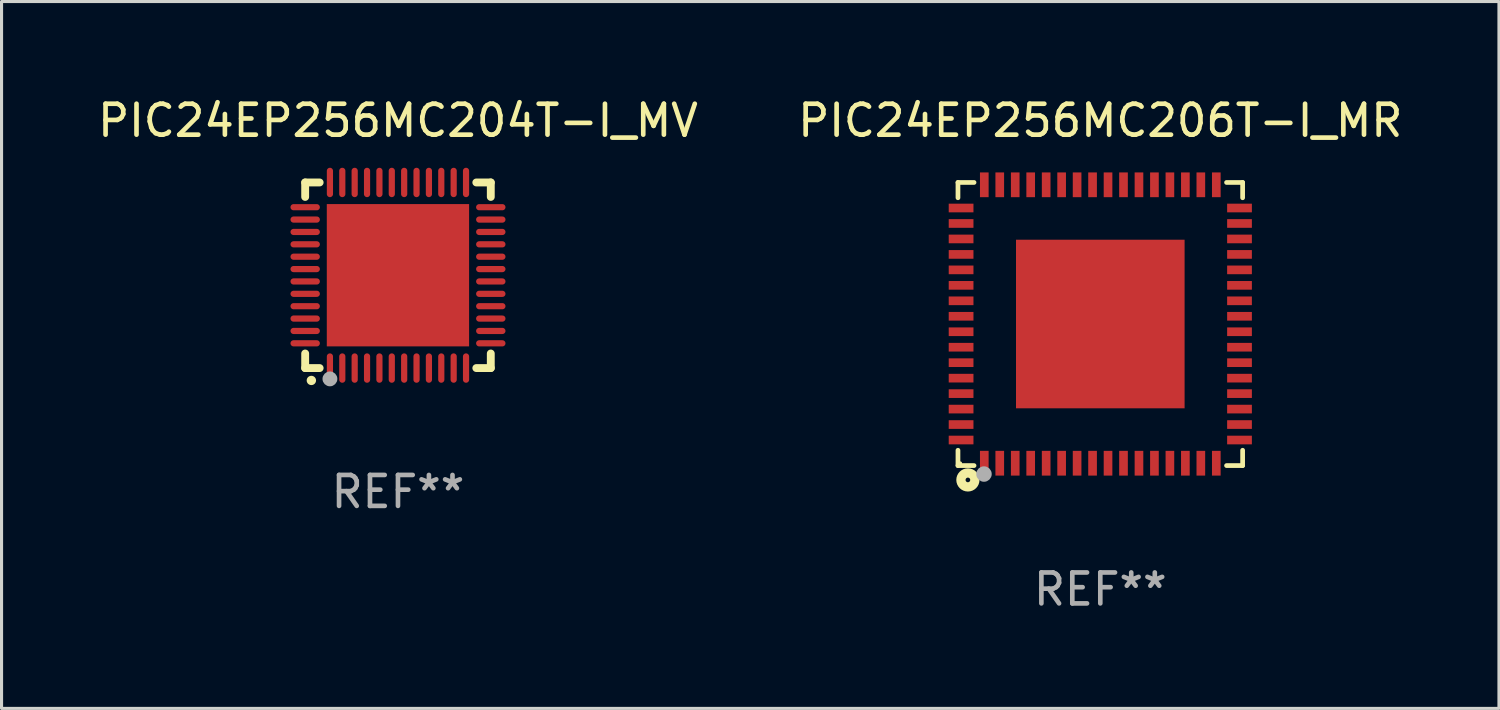
<source format=kicad_pcb>
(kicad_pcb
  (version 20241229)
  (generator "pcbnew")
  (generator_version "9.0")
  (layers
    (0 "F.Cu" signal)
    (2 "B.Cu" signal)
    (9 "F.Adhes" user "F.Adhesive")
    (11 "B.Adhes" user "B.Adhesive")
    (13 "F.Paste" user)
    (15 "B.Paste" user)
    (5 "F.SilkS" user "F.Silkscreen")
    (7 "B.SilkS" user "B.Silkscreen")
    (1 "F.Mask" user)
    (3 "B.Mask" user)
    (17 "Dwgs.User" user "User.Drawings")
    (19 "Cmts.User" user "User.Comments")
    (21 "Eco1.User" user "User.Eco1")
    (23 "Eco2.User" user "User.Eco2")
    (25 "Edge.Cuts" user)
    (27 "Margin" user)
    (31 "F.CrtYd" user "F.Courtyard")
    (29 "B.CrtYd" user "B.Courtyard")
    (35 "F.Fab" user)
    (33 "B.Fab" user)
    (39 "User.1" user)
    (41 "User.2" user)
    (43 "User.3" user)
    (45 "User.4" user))
  (footprint "PIC24EP256MC206T-I_MR"
    (layer "F.Cu")
    (at 32.518 7.424)
    (property "Reference" "PIC24EP256MC206T-I_MR" (at 0 -6.576 0) (layer "F.SilkS") (effects (font (size 1 1) (thickness 0.15))))
    (attr through_hole)
    (fp_line (start -4.601 -4.576) (end -4.081 -4.576) (stroke (width 0.152) (type solid)) (layer "F.SilkS"))
    (fp_line (start -4.601 -4.081) (end -4.601 -4.576) (stroke (width 0.152) (type solid)) (layer "F.SilkS"))
    (fp_line (start -4.601 4.081) (end -4.601 4.576) (stroke (width 0.152) (type solid)) (layer "F.SilkS"))
    (fp_line (start -4.601 4.576) (end -4.081 4.576) (stroke (width 0.152) (type solid)) (layer "F.SilkS"))
    (fp_line (start 4.601 -4.576) (end 4.081 -4.576) (stroke (width 0.152) (type solid)) (layer "F.SilkS"))
    (fp_line (start 4.601 -4.081) (end 4.601 -4.576) (stroke (width 0.152) (type solid)) (layer "F.SilkS"))
    (fp_line (start 4.601 4.081) (end 4.601 4.576) (stroke (width 0.152) (type solid)) (layer "F.SilkS"))
    (fp_line (start 4.601 4.576) (end 4.081 4.576) (stroke (width 0.152) (type solid)) (layer "F.SilkS"))
    (fp_circle (center -4.525 4.5) (end -4.495 4.5) (stroke (width 0.06) (type solid)) (fill no) (layer "F.SilkS"))
    (fp_circle (center -4.28 5.04) (end -4.205 5.04) (stroke (width 0.3) (type solid)) (fill no) (layer "F.SilkS"))
    (fp_circle (center -3.76 4.85) (end -3.635 4.85) (stroke (width 0.25) (type solid)) (fill no) (layer "F.Fab"))
    (fp_text user "REF**" (at 0 8.576 0) (layer "F.Fab") (effects (font (size 1 1) (thickness 0.15))))
    (pad "1" smd rect (at -3.75 4.5) (size 0.28 0.8) (layers "F.Cu" "F.Mask" "F.Paste"))
    (pad "2" smd rect (at -3.25 4.5) (size 0.28 0.8) (layers "F.Cu" "F.Mask" "F.Paste"))
    (pad "3" smd rect (at -2.75 4.5) (size 0.28 0.8) (layers "F.Cu" "F.Mask" "F.Paste"))
    (pad "4" smd rect (at -2.25 4.5) (size 0.28 0.8) (layers "F.Cu" "F.Mask" "F.Paste"))
    (pad "5" smd rect (at -1.75 4.5) (size 0.28 0.8) (layers "F.Cu" "F.Mask" "F.Paste"))
    (pad "6" smd rect (at -1.25 4.5) (size 0.28 0.8) (layers "F.Cu" "F.Mask" "F.Paste"))
    (pad "7" smd rect (at -0.75 4.5) (size 0.28 0.8) (layers "F.Cu" "F.Mask" "F.Paste"))
    (pad "8" smd rect (at -0.25 4.5) (size 0.28 0.8) (layers "F.Cu" "F.Mask" "F.Paste"))
    (pad "9" smd rect (at 0.25 4.5) (size 0.28 0.8) (layers "F.Cu" "F.Mask" "F.Paste"))
    (pad "10" smd rect (at 0.75 4.5) (size 0.28 0.8) (layers "F.Cu" "F.Mask" "F.Paste"))
    (pad "11" smd rect (at 1.25 4.5) (size 0.28 0.8) (layers "F.Cu" "F.Mask" "F.Paste"))
    (pad "12" smd rect (at 1.75 4.5) (size 0.28 0.8) (layers "F.Cu" "F.Mask" "F.Paste"))
    (pad "13" smd rect (at 2.25 4.5) (size 0.28 0.8) (layers "F.Cu" "F.Mask" "F.Paste"))
    (pad "14" smd rect (at 2.75 4.5) (size 0.28 0.8) (layers "F.Cu" "F.Mask" "F.Paste"))
    (pad "15" smd rect (at 3.25 4.5) (size 0.28 0.8) (layers "F.Cu" "F.Mask" "F.Paste"))
    (pad "16" smd rect (at 3.75 4.5) (size 0.28 0.8) (layers "F.Cu" "F.Mask" "F.Paste"))
    (pad "17" smd rect (at 4.5 3.75) (size 0.8 0.28) (layers "F.Cu" "F.Mask" "F.Paste"))
    (pad "18" smd rect (at 4.5 3.25) (size 0.8 0.28) (layers "F.Cu" "F.Mask" "F.Paste"))
    (pad "19" smd rect (at 4.5 2.75) (size 0.8 0.28) (layers "F.Cu" "F.Mask" "F.Paste"))
    (pad "20" smd rect (at 4.5 2.25) (size 0.8 0.28) (layers "F.Cu" "F.Mask" "F.Paste"))
    (pad "21" smd rect (at 4.5 1.75) (size 0.8 0.28) (layers "F.Cu" "F.Mask" "F.Paste"))
    (pad "22" smd rect (at 4.5 1.25) (size 0.8 0.28) (layers "F.Cu" "F.Mask" "F.Paste"))
    (pad "23" smd rect (at 4.5 0.75) (size 0.8 0.28) (layers "F.Cu" "F.Mask" "F.Paste"))
    (pad "24" smd rect (at 4.5 0.25) (size 0.8 0.28) (layers "F.Cu" "F.Mask" "F.Paste"))
    (pad "25" smd rect (at 4.5 -0.25) (size 0.8 0.28) (layers "F.Cu" "F.Mask" "F.Paste"))
    (pad "26" smd rect (at 4.5 -0.75) (size 0.8 0.28) (layers "F.Cu" "F.Mask" "F.Paste"))
    (pad "27" smd rect (at 4.5 -1.25) (size 0.8 0.28) (layers "F.Cu" "F.Mask" "F.Paste"))
    (pad "28" smd rect (at 4.5 -1.75) (size 0.8 0.28) (layers "F.Cu" "F.Mask" "F.Paste"))
    (pad "29" smd rect (at 4.5 -2.25) (size 0.8 0.28) (layers "F.Cu" "F.Mask" "F.Paste"))
    (pad "30" smd rect (at 4.5 -2.75) (size 0.8 0.28) (layers "F.Cu" "F.Mask" "F.Paste"))
    (pad "31" smd rect (at 4.5 -3.25) (size 0.8 0.28) (layers "F.Cu" "F.Mask" "F.Paste"))
    (pad "32" smd rect (at 4.5 -3.75) (size 0.8 0.28) (layers "F.Cu" "F.Mask" "F.Paste"))
    (pad "33" smd rect (at 3.75 -4.5) (size 0.28 0.8) (layers "F.Cu" "F.Mask" "F.Paste"))
    (pad "34" smd rect (at 3.25 -4.5) (size 0.28 0.8) (layers "F.Cu" "F.Mask" "F.Paste"))
    (pad "35" smd rect (at 2.75 -4.5) (size 0.28 0.8) (layers "F.Cu" "F.Mask" "F.Paste"))
    (pad "36" smd rect (at 2.25 -4.5) (size 0.28 0.8) (layers "F.Cu" "F.Mask" "F.Paste"))
    (pad "37" smd rect (at 1.75 -4.5) (size 0.28 0.8) (layers "F.Cu" "F.Mask" "F.Paste"))
    (pad "38" smd rect (at 1.25 -4.5) (size 0.28 0.8) (layers "F.Cu" "F.Mask" "F.Paste"))
    (pad "39" smd rect (at 0.75 -4.5) (size 0.28 0.8) (layers "F.Cu" "F.Mask" "F.Paste"))
    (pad "40" smd rect (at 0.25 -4.5) (size 0.28 0.8) (layers "F.Cu" "F.Mask" "F.Paste"))
    (pad "41" smd rect (at -0.25 -4.5) (size 0.28 0.8) (layers "F.Cu" "F.Mask" "F.Paste"))
    (pad "42" smd rect (at -0.75 -4.5) (size 0.28 0.8) (layers "F.Cu" "F.Mask" "F.Paste"))
    (pad "43" smd rect (at -1.25 -4.5) (size 0.28 0.8) (layers "F.Cu" "F.Mask" "F.Paste"))
    (pad "44" smd rect (at -1.75 -4.5) (size 0.28 0.8) (layers "F.Cu" "F.Mask" "F.Paste"))
    (pad "45" smd rect (at -2.25 -4.5) (size 0.28 0.8) (layers "F.Cu" "F.Mask" "F.Paste"))
    (pad "46" smd rect (at -2.75 -4.5) (size 0.28 0.8) (layers "F.Cu" "F.Mask" "F.Paste"))
    (pad "47" smd rect (at -3.25 -4.5) (size 0.28 0.8) (layers "F.Cu" "F.Mask" "F.Paste"))
    (pad "48" smd rect (at -3.75 -4.5) (size 0.28 0.8) (layers "F.Cu" "F.Mask" "F.Paste"))
    (pad "49" smd rect (at -4.5 -3.75) (size 0.8 0.28) (layers "F.Cu" "F.Mask" "F.Paste"))
    (pad "50" smd rect (at -4.5 -3.25) (size 0.8 0.28) (layers "F.Cu" "F.Mask" "F.Paste"))
    (pad "51" smd rect (at -4.5 -2.75) (size 0.8 0.28) (layers "F.Cu" "F.Mask" "F.Paste"))
    (pad "52" smd rect (at -4.5 -2.25) (size 0.8 0.28) (layers "F.Cu" "F.Mask" "F.Paste"))
    (pad "53" smd rect (at -4.5 -1.75) (size 0.8 0.28) (layers "F.Cu" "F.Mask" "F.Paste"))
    (pad "54" smd rect (at -4.5 -1.25) (size 0.8 0.28) (layers "F.Cu" "F.Mask" "F.Paste"))
    (pad "55" smd rect (at -4.5 -0.75) (size 0.8 0.28) (layers "F.Cu" "F.Mask" "F.Paste"))
    (pad "56" smd rect (at -4.5 -0.25) (size 0.8 0.28) (layers "F.Cu" "F.Mask" "F.Paste"))
    (pad "57" smd rect (at -4.5 0.25) (size 0.8 0.28) (layers "F.Cu" "F.Mask" "F.Paste"))
    (pad "58" smd rect (at -4.5 0.75) (size 0.8 0.28) (layers "F.Cu" "F.Mask" "F.Paste"))
    (pad "59" smd rect (at -4.5 1.25) (size 0.8 0.28) (layers "F.Cu" "F.Mask" "F.Paste"))
    (pad "60" smd rect (at -4.5 1.75) (size 0.8 0.28) (layers "F.Cu" "F.Mask" "F.Paste"))
    (pad "61" smd rect (at -4.5 2.25) (size 0.8 0.28) (layers "F.Cu" "F.Mask" "F.Paste"))
    (pad "62" smd rect (at -4.5 2.75) (size 0.8 0.28) (layers "F.Cu" "F.Mask" "F.Paste"))
    (pad "63" smd rect (at -4.5 3.25) (size 0.8 0.28) (layers "F.Cu" "F.Mask" "F.Paste"))
    (pad "64" smd rect (at -4.5 3.75) (size 0.8 0.28) (layers "F.Cu" "F.Mask" "F.Paste"))
    (pad "65" smd rect (at 0 0) (size 5.45 5.45) (layers "F.Cu" "F.Mask" "F.Paste")))
  (footprint "PIC24EP256MC204T-I_MV"
    (layer "F.Cu")
    (at 9.815 5.848)
    (property "Reference" "PIC24EP256MC204T-I_MV" (at 0 -5 0) (layer "F.SilkS") (effects (font (size 1 1) (thickness 0.15))))
    (attr through_hole)
    (fp_line (start -3 -3) (end -2.532 -3) (stroke (width 0.254) (type solid)) (layer "F.SilkS"))
    (fp_line (start -3 -2.532) (end -3 -3) (stroke (width 0.254) (type solid)) (layer "F.SilkS"))
    (fp_line (start -3 3) (end -3 2.529) (stroke (width 0.254) (type solid)) (layer "F.SilkS"))
    (fp_line (start -2.532 3) (end -3 3) (stroke (width 0.254) (type solid)) (layer "F.SilkS"))
    (fp_line (start 2.532 -3) (end 3 -3) (stroke (width 0.254) (type solid)) (layer "F.SilkS"))
    (fp_line (start 3 -3) (end 3 -2.532) (stroke (width 0.254) (type solid)) (layer "F.SilkS"))
    (fp_line (start 3 2.529) (end 3 3) (stroke (width 0.254) (type solid)) (layer "F.SilkS"))
    (fp_line (start 3 3) (end 2.532 3) (stroke (width 0.254) (type solid)) (layer "F.SilkS"))
    (fp_arc (start -2.801295 3.400025) (mid -2.800025 3.40002) (end -2.798755 3.400025) (stroke (width 0.3) (type solid)) (layer "F.SilkS"))
    (fp_circle (center -3 3) (end -2.97 3) (stroke (width 0.06) (type solid)) (fill no) (layer "F.SilkS"))
    (fp_circle (center -2.2 3.35) (end -2.08 3.35) (stroke (width 0.24) (type solid)) (fill no) (layer "F.Fab"))
    (fp_text user "REF**" (at 0 7 0) (layer "F.Fab") (effects (font (size 1 1) (thickness 0.15))))
    (pad "1" smd oval (at -2.2 3) (size 0.2 0.95) (layers "F.Cu" "F.Mask" "F.Paste"))
    (pad "2" smd oval (at -1.8 3) (size 0.2 0.95) (layers "F.Cu" "F.Mask" "F.Paste"))
    (pad "3" smd oval (at -1.4 3) (size 0.2 0.95) (layers "F.Cu" "F.Mask" "F.Paste"))
    (pad "4" smd oval (at -1 3) (size 0.2 0.95) (layers "F.Cu" "F.Mask" "F.Paste"))
    (pad "5" smd oval (at -0.6 3) (size 0.2 0.95) (layers "F.Cu" "F.Mask" "F.Paste"))
    (pad "6" smd oval (at -0.2 3) (size 0.2 0.95) (layers "F.Cu" "F.Mask" "F.Paste"))
    (pad "7" smd oval (at 0.2 3) (size 0.2 0.95) (layers "F.Cu" "F.Mask" "F.Paste"))
    (pad "8" smd oval (at 0.6 3) (size 0.2 0.95) (layers "F.Cu" "F.Mask" "F.Paste"))
    (pad "9" smd oval (at 1 3) (size 0.2 0.95) (layers "F.Cu" "F.Mask" "F.Paste"))
    (pad "10" smd oval (at 1.4 3) (size 0.2 0.95) (layers "F.Cu" "F.Mask" "F.Paste"))
    (pad "11" smd oval (at 1.8 3) (size 0.2 0.95) (layers "F.Cu" "F.Mask" "F.Paste"))
    (pad "12" smd oval (at 2.2 3) (size 0.2 0.95) (layers "F.Cu" "F.Mask" "F.Paste"))
    (pad "13" smd oval (at 3 2.2 90) (size 0.2 0.95) (layers "F.Cu" "F.Mask" "F.Paste"))
    (pad "14" smd oval (at 3 1.8 90) (size 0.2 0.95) (layers "F.Cu" "F.Mask" "F.Paste"))
    (pad "15" smd oval (at 3 1.4 90) (size 0.2 0.95) (layers "F.Cu" "F.Mask" "F.Paste"))
    (pad "16" smd oval (at 3 1 90) (size 0.2 0.95) (layers "F.Cu" "F.Mask" "F.Paste"))
    (pad "17" smd oval (at 3 0.6 90) (size 0.2 0.95) (layers "F.Cu" "F.Mask" "F.Paste"))
    (pad "18" smd oval (at 3 0.2 90) (size 0.2 0.95) (layers "F.Cu" "F.Mask" "F.Paste"))
    (pad "19" smd oval (at 3 -0.2 90) (size 0.2 0.95) (layers "F.Cu" "F.Mask" "F.Paste"))
    (pad "20" smd oval (at 3 -0.6 90) (size 0.2 0.95) (layers "F.Cu" "F.Mask" "F.Paste"))
    (pad "21" smd oval (at 3 -1 90) (size 0.2 0.95) (layers "F.Cu" "F.Mask" "F.Paste"))
    (pad "22" smd oval (at 3 -1.4 90) (size 0.2 0.95) (layers "F.Cu" "F.Mask" "F.Paste"))
    (pad "23" smd oval (at 3 -1.8 90) (size 0.2 0.95) (layers "F.Cu" "F.Mask" "F.Paste"))
    (pad "24" smd oval (at 3 -2.2 90) (size 0.2 0.95) (layers "F.Cu" "F.Mask" "F.Paste"))
    (pad "25" smd oval (at 2.2 -3 180) (size 0.2 0.95) (layers "F.Cu" "F.Mask" "F.Paste"))
    (pad "26" smd oval (at 1.8 -3 180) (size 0.2 0.95) (layers "F.Cu" "F.Mask" "F.Paste"))
    (pad "27" smd oval (at 1.4 -3 180) (size 0.2 0.95) (layers "F.Cu" "F.Mask" "F.Paste"))
    (pad "28" smd oval (at 1 -3 180) (size 0.2 0.95) (layers "F.Cu" "F.Mask" "F.Paste"))
    (pad "29" smd oval (at 0.6 -3 180) (size 0.2 0.95) (layers "F.Cu" "F.Mask" "F.Paste"))
    (pad "30" smd oval (at 0.2 -3 180) (size 0.2 0.95) (layers "F.Cu" "F.Mask" "F.Paste"))
    (pad "31" smd oval (at -0.2 -3 180) (size 0.2 0.95) (layers "F.Cu" "F.Mask" "F.Paste"))
    (pad "32" smd oval (at -0.6 -3 180) (size 0.2 0.95) (layers "F.Cu" "F.Mask" "F.Paste"))
    (pad "33" smd oval (at -1 -3 180) (size 0.2 0.95) (layers "F.Cu" "F.Mask" "F.Paste"))
    (pad "34" smd oval (at -1.4 -3 180) (size 0.2 0.95) (layers "F.Cu" "F.Mask" "F.Paste"))
    (pad "35" smd oval (at -1.8 -3 180) (size 0.2 0.95) (layers "F.Cu" "F.Mask" "F.Paste"))
    (pad "36" smd oval (at -2.2 -3 180) (size 0.2 0.95) (layers "F.Cu" "F.Mask" "F.Paste"))
    (pad "37" smd oval (at -3 -2.2 270) (size 0.2 0.95) (layers "F.Cu" "F.Mask" "F.Paste"))
    (pad "38" smd oval (at -3 -1.8 270) (size 0.2 0.95) (layers "F.Cu" "F.Mask" "F.Paste"))
    (pad "39" smd oval (at -3 -1.4 270) (size 0.2 0.95) (layers "F.Cu" "F.Mask" "F.Paste"))
    (pad "40" smd oval (at -3 -1 270) (size 0.2 0.95) (layers "F.Cu" "F.Mask" "F.Paste"))
    (pad "41" smd oval (at -3 -0.6 270) (size 0.2 0.95) (layers "F.Cu" "F.Mask" "F.Paste"))
    (pad "42" smd oval (at -3 -0.2 270) (size 0.2 0.95) (layers "F.Cu" "F.Mask" "F.Paste"))
    (pad "43" smd oval (at -3 0.2 270) (size 0.2 0.95) (layers "F.Cu" "F.Mask" "F.Paste"))
    (pad "44" smd oval (at -3 0.6 270) (size 0.2 0.95) (layers "F.Cu" "F.Mask" "F.Paste"))
    (pad "45" smd oval (at -3 1 270) (size 0.2 0.95) (layers "F.Cu" "F.Mask" "F.Paste"))
    (pad "46" smd oval (at -3 1.4 270) (size 0.2 0.95) (layers "F.Cu" "F.Mask" "F.Paste"))
    (pad "47" smd oval (at -3 1.8 270) (size 0.2 0.95) (layers "F.Cu" "F.Mask" "F.Paste"))
    (pad "48" smd oval (at -3 2.2 270) (size 0.2 0.95) (layers "F.Cu" "F.Mask" "F.Paste"))
    (pad "49" smd rect (at -0.001 -0.001 180) (size 4.6 4.6) (layers "F.Cu" "F.Mask" "F.Paste")))
  (gr_rect
    (start -3 -3)
    (end 45.405 19.849)
    (stroke (width 0.1) (type default))
    (fill no)
    (layer "Edge.Cuts")))
</source>
